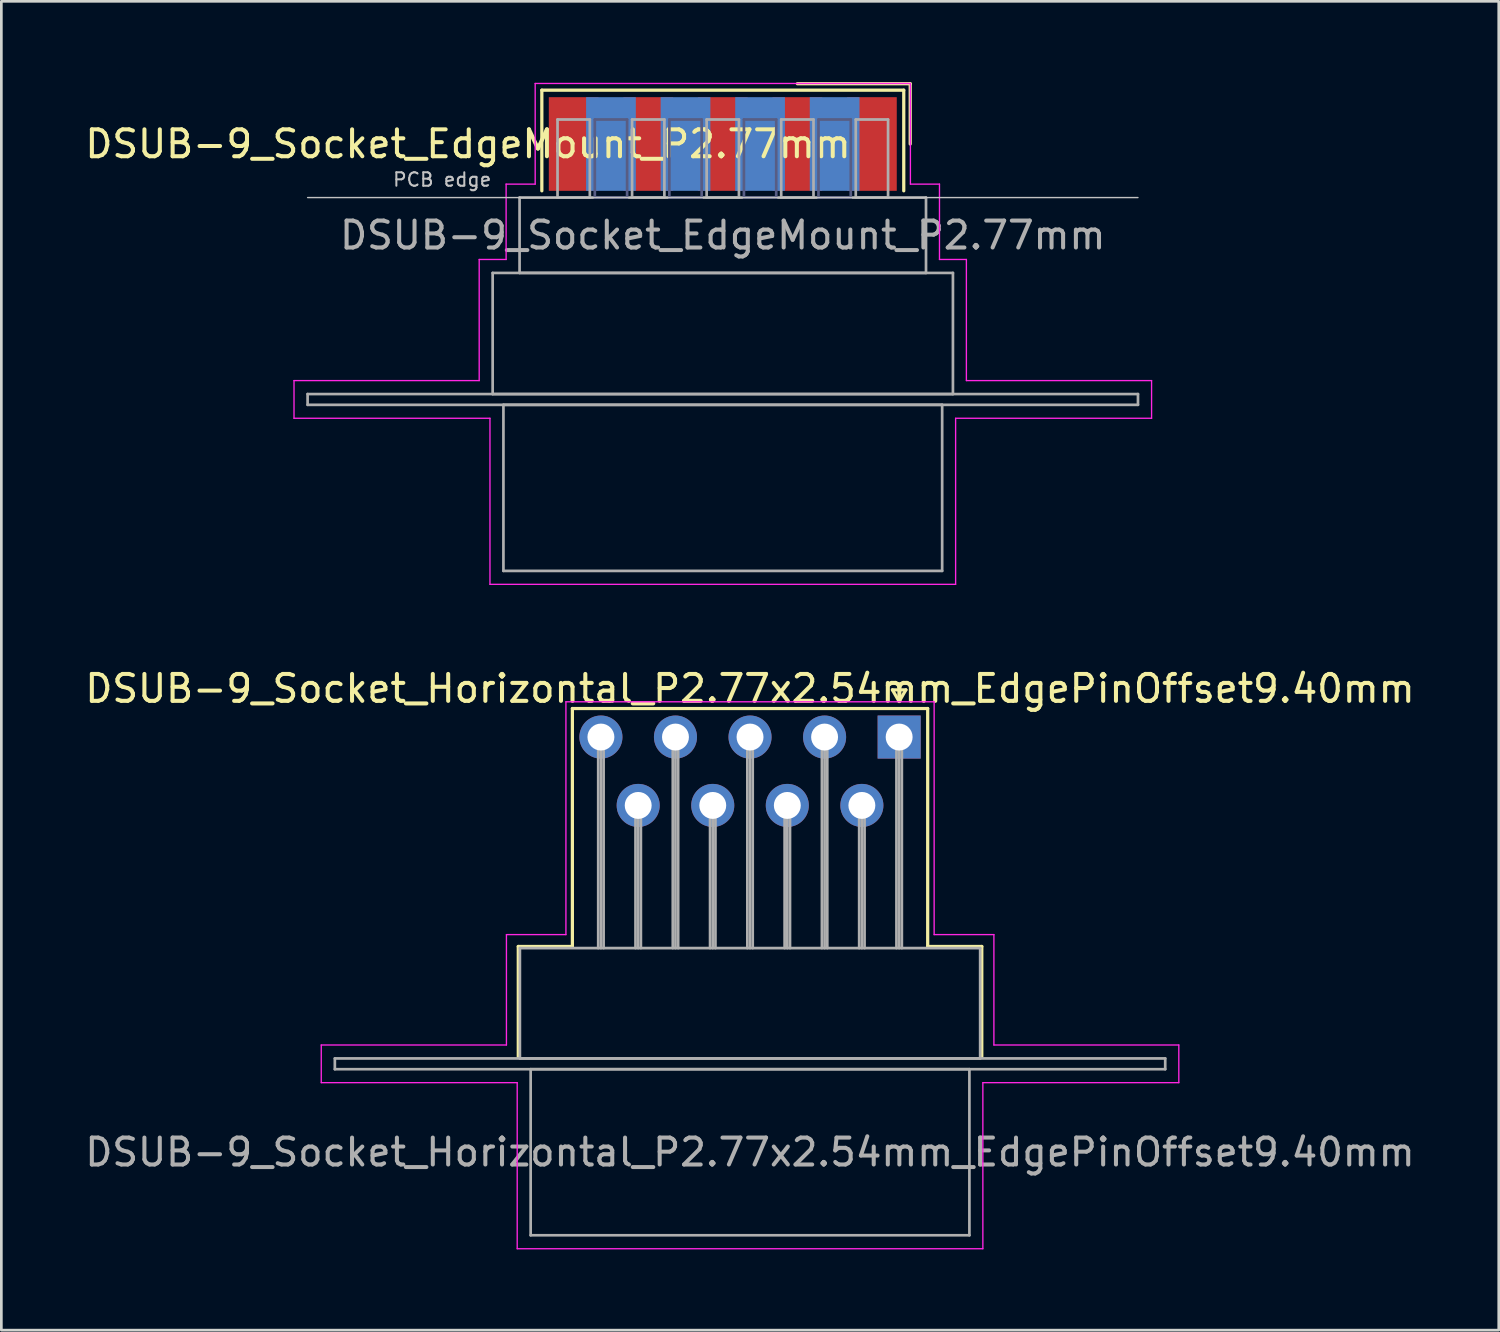
<source format=kicad_pcb>
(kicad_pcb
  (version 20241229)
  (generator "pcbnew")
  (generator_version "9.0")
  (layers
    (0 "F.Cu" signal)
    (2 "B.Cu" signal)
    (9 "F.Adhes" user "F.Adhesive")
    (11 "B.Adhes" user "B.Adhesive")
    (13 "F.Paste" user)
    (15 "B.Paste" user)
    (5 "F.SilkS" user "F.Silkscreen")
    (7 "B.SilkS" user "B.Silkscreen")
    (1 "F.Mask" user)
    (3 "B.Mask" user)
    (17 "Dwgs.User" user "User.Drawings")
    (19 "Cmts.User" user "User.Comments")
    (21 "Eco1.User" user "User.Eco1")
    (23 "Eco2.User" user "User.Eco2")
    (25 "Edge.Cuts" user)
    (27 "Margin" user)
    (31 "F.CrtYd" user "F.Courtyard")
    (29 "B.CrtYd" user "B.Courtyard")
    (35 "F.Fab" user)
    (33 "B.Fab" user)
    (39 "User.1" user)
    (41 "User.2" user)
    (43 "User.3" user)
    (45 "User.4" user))
  (footprint "DSUB-9_Socket_EdgeMount_P2.77mm"
    (layer "F.Cu")
    (at 23.803 2.3)
    (property "Reference" "DSUB-9_Socket_EdgeMount_P2.77mm" (at -9.463 0 0) (layer "F.SilkS") (effects (font (size 1 1) (thickness 0.15))))
    (attr smd)
    (fp_line (start -6.723 -2) (end -6.723 1.74) (stroke (width 0.12) (type solid)) (layer "F.SilkS"))
    (fp_line (start 6.723 -2) (end -6.723 -2) (stroke (width 0.12) (type solid)) (layer "F.SilkS"))
    (fp_line (start 6.723 1.74) (end 6.723 -2) (stroke (width 0.12) (type solid)) (layer "F.SilkS"))
    (fp_line (start 6.963 -2.24) (end 2.77 -2.24) (stroke (width 0.12) (type solid)) (layer "F.SilkS"))
    (fp_line (start 6.963 0) (end 6.963 -2.24) (stroke (width 0.12) (type solid)) (layer "F.SilkS"))
    (fp_line (start -15.425 1.99) (end 15.425 1.99) (stroke (width 0.05) (type solid)) (layer "Dwgs.User"))
    (fp_line (start -15.93 8.79) (end -9.05 8.79) (stroke (width 0.05) (type solid)) (layer "F.CrtYd"))
    (fp_line (start -15.93 10.19) (end -15.93 8.79) (stroke (width 0.05) (type solid)) (layer "F.CrtYd"))
    (fp_line (start -9.05 4.29) (end -8.05 4.29) (stroke (width 0.05) (type solid)) (layer "F.CrtYd"))
    (fp_line (start -9.05 8.79) (end -9.05 4.29) (stroke (width 0.05) (type solid)) (layer "F.CrtYd"))
    (fp_line (start -8.65 10.19) (end -15.93 10.19) (stroke (width 0.05) (type solid)) (layer "F.CrtYd"))
    (fp_line (start -8.65 16.36) (end -8.65 10.19) (stroke (width 0.05) (type solid)) (layer "F.CrtYd"))
    (fp_line (start -8.05 1.49) (end -6.97 1.49) (stroke (width 0.05) (type solid)) (layer "F.CrtYd"))
    (fp_line (start -8.05 4.29) (end -8.05 1.49) (stroke (width 0.05) (type solid)) (layer "F.CrtYd"))
    (fp_line (start -6.97 -2.25) (end 6.97 -2.25) (stroke (width 0.05) (type solid)) (layer "F.CrtYd"))
    (fp_line (start -6.97 1.49) (end -6.97 -2.25) (stroke (width 0.05) (type solid)) (layer "F.CrtYd"))
    (fp_line (start 6.97 -2.25) (end 6.97 1.49) (stroke (width 0.05) (type solid)) (layer "F.CrtYd"))
    (fp_line (start 6.97 1.49) (end 8.05 1.49) (stroke (width 0.05) (type solid)) (layer "F.CrtYd"))
    (fp_line (start 8.05 1.49) (end 8.05 4.29) (stroke (width 0.05) (type solid)) (layer "F.CrtYd"))
    (fp_line (start 8.05 4.29) (end 9.05 4.29) (stroke (width 0.05) (type solid)) (layer "F.CrtYd"))
    (fp_line (start 8.65 10.19) (end 8.65 16.36) (stroke (width 0.05) (type solid)) (layer "F.CrtYd"))
    (fp_line (start 8.65 16.36) (end -8.65 16.36) (stroke (width 0.05) (type solid)) (layer "F.CrtYd"))
    (fp_line (start 9.05 4.29) (end 9.05 8.79) (stroke (width 0.05) (type solid)) (layer "F.CrtYd"))
    (fp_line (start 9.05 8.79) (end 15.93 8.79) (stroke (width 0.05) (type solid)) (layer "F.CrtYd"))
    (fp_line (start 15.93 8.79) (end 15.93 10.19) (stroke (width 0.05) (type solid)) (layer "F.CrtYd"))
    (fp_line (start 15.93 10.19) (end 8.65 10.19) (stroke (width 0.05) (type solid)) (layer "F.CrtYd"))
    (fp_line (start -4.755 -0.91) (end -4.755 1.99) (stroke (width 0.1) (type solid)) (layer "B.Fab"))
    (fp_line (start -4.755 1.99) (end -3.555 1.99) (stroke (width 0.1) (type solid)) (layer "B.Fab"))
    (fp_line (start -3.555 -0.91) (end -4.755 -0.91) (stroke (width 0.1) (type solid)) (layer "B.Fab"))
    (fp_line (start -3.555 1.99) (end -3.555 -0.91) (stroke (width 0.1) (type solid)) (layer "B.Fab"))
    (fp_line (start -1.985 -0.91) (end -1.985 1.99) (stroke (width 0.1) (type solid)) (layer "B.Fab"))
    (fp_line (start -1.985 1.99) (end -0.785 1.99) (stroke (width 0.1) (type solid)) (layer "B.Fab"))
    (fp_line (start -0.785 -0.91) (end -1.985 -0.91) (stroke (width 0.1) (type solid)) (layer "B.Fab"))
    (fp_line (start -0.785 1.99) (end -0.785 -0.91) (stroke (width 0.1) (type solid)) (layer "B.Fab"))
    (fp_line (start 0.785 -0.91) (end 0.785 1.99) (stroke (width 0.1) (type solid)) (layer "B.Fab"))
    (fp_line (start 0.785 1.99) (end 1.985 1.99) (stroke (width 0.1) (type solid)) (layer "B.Fab"))
    (fp_line (start 1.985 -0.91) (end 0.785 -0.91) (stroke (width 0.1) (type solid)) (layer "B.Fab"))
    (fp_line (start 1.985 1.99) (end 1.985 -0.91) (stroke (width 0.1) (type solid)) (layer "B.Fab"))
    (fp_line (start 3.555 -0.91) (end 3.555 1.99) (stroke (width 0.1) (type solid)) (layer "B.Fab"))
    (fp_line (start 3.555 1.99) (end 4.755 1.99) (stroke (width 0.1) (type solid)) (layer "B.Fab"))
    (fp_line (start 4.755 -0.91) (end 3.555 -0.91) (stroke (width 0.1) (type solid)) (layer "B.Fab"))
    (fp_line (start 4.755 1.99) (end 4.755 -0.91) (stroke (width 0.1) (type solid)) (layer "B.Fab"))
    (fp_line (start -15.425 9.29) (end -15.425 9.69) (stroke (width 0.1) (type solid)) (layer "F.Fab"))
    (fp_line (start -15.425 9.69) (end 15.425 9.69) (stroke (width 0.1) (type solid)) (layer "F.Fab"))
    (fp_line (start -8.55 4.79) (end -8.55 9.29) (stroke (width 0.1) (type solid)) (layer "F.Fab"))
    (fp_line (start -8.55 9.29) (end 8.55 9.29) (stroke (width 0.1) (type solid)) (layer "F.Fab"))
    (fp_line (start -8.15 9.69) (end -8.15 15.86) (stroke (width 0.1) (type solid)) (layer "F.Fab"))
    (fp_line (start -8.15 15.86) (end 8.15 15.86) (stroke (width 0.1) (type solid)) (layer "F.Fab"))
    (fp_line (start -7.55 1.99) (end -7.55 4.79) (stroke (width 0.1) (type solid)) (layer "F.Fab"))
    (fp_line (start -7.55 4.79) (end 7.55 4.79) (stroke (width 0.1) (type solid)) (layer "F.Fab"))
    (fp_line (start -6.14 -0.91) (end -6.14 1.99) (stroke (width 0.1) (type solid)) (layer "F.Fab"))
    (fp_line (start -6.14 1.99) (end -4.94 1.99) (stroke (width 0.1) (type solid)) (layer "F.Fab"))
    (fp_line (start -4.94 -0.91) (end -6.14 -0.91) (stroke (width 0.1) (type solid)) (layer "F.Fab"))
    (fp_line (start -4.94 1.99) (end -4.94 -0.91) (stroke (width 0.1) (type solid)) (layer "F.Fab"))
    (fp_line (start -3.37 -0.91) (end -3.37 1.99) (stroke (width 0.1) (type solid)) (layer "F.Fab"))
    (fp_line (start -3.37 1.99) (end -2.17 1.99) (stroke (width 0.1) (type solid)) (layer "F.Fab"))
    (fp_line (start -2.17 -0.91) (end -3.37 -0.91) (stroke (width 0.1) (type solid)) (layer "F.Fab"))
    (fp_line (start -2.17 1.99) (end -2.17 -0.91) (stroke (width 0.1) (type solid)) (layer "F.Fab"))
    (fp_line (start -0.6 -0.91) (end -0.6 1.99) (stroke (width 0.1) (type solid)) (layer "F.Fab"))
    (fp_line (start -0.6 1.99) (end 0.6 1.99) (stroke (width 0.1) (type solid)) (layer "F.Fab"))
    (fp_line (start 0.6 -0.91) (end -0.6 -0.91) (stroke (width 0.1) (type solid)) (layer "F.Fab"))
    (fp_line (start 0.6 1.99) (end 0.6 -0.91) (stroke (width 0.1) (type solid)) (layer "F.Fab"))
    (fp_line (start 2.17 -0.91) (end 2.17 1.99) (stroke (width 0.1) (type solid)) (layer "F.Fab"))
    (fp_line (start 2.17 1.99) (end 3.37 1.99) (stroke (width 0.1) (type solid)) (layer "F.Fab"))
    (fp_line (start 3.37 -0.91) (end 2.17 -0.91) (stroke (width 0.1) (type solid)) (layer "F.Fab"))
    (fp_line (start 3.37 1.99) (end 3.37 -0.91) (stroke (width 0.1) (type solid)) (layer "F.Fab"))
    (fp_line (start 4.94 -0.91) (end 4.94 1.99) (stroke (width 0.1) (type solid)) (layer "F.Fab"))
    (fp_line (start 4.94 1.99) (end 6.14 1.99) (stroke (width 0.1) (type solid)) (layer "F.Fab"))
    (fp_line (start 6.14 -0.91) (end 4.94 -0.91) (stroke (width 0.1) (type solid)) (layer "F.Fab"))
    (fp_line (start 6.14 1.99) (end 6.14 -0.91) (stroke (width 0.1) (type solid)) (layer "F.Fab"))
    (fp_line (start 7.55 1.99) (end -7.55 1.99) (stroke (width 0.1) (type solid)) (layer "F.Fab"))
    (fp_line (start 7.55 4.79) (end 7.55 1.99) (stroke (width 0.1) (type solid)) (layer "F.Fab"))
    (fp_line (start 8.15 9.69) (end -8.15 9.69) (stroke (width 0.1) (type solid)) (layer "F.Fab"))
    (fp_line (start 8.15 15.86) (end 8.15 9.69) (stroke (width 0.1) (type solid)) (layer "F.Fab"))
    (fp_line (start 8.55 4.79) (end -8.55 4.79) (stroke (width 0.1) (type solid)) (layer "F.Fab"))
    (fp_line (start 8.55 9.29) (end 8.55 4.79) (stroke (width 0.1) (type solid)) (layer "F.Fab"))
    (fp_line (start 15.425 9.29) (end -15.425 9.29) (stroke (width 0.1) (type solid)) (layer "F.Fab"))
    (fp_line (start 15.425 9.69) (end 15.425 9.29) (stroke (width 0.1) (type solid)) (layer "F.Fab"))
    (fp_text user "PCB edge" (at -10.425 1.323 0) (layer "Dwgs.User") (effects (font (size 0.5 0.5) (thickness 0.075))))
    (fp_text user "${REFERENCE}" (at 0 3.39 0) (layer "F.Fab") (effects (font (size 1 1) (thickness 0.15))))
    (pad "1" smd rect (at 5.54 0) (size 1.847 3.48) (layers "F.Cu" "F.Mask" "F.Paste"))
    (pad "2" smd rect (at 2.77 0) (size 1.847 3.48) (layers "F.Cu" "F.Mask" "F.Paste"))
    (pad "3" smd rect (at 0 0) (size 1.847 3.48) (layers "F.Cu" "F.Mask" "F.Paste"))
    (pad "4" smd rect (at -2.77 0) (size 1.847 3.48) (layers "F.Cu" "F.Mask" "F.Paste"))
    (pad "5" smd rect (at -5.54 0) (size 1.847 3.48) (layers "F.Cu" "F.Mask" "F.Paste"))
    (pad "6" smd rect (at 4.155 0) (size 1.847 3.48) (layers "B.Cu" "B.Mask" "B.Paste"))
    (pad "7" smd rect (at 1.385 0) (size 1.847 3.48) (layers "B.Cu" "B.Mask" "B.Paste"))
    (pad "8" smd rect (at -1.385 0) (size 1.847 3.48) (layers "B.Cu" "B.Mask" "B.Paste"))
    (pad "9" smd rect (at -4.155 0) (size 1.847 3.48) (layers "B.Cu" "B.Mask" "B.Paste")))
  (footprint "DSUB-9_Socket_Horizontal_P2.77x2.54mm_EdgePinOffset9.40mm"
    (layer "F.Cu")
    (at 30.355 24.333)
    (property "Reference" "DSUB-9_Socket_Horizontal_P2.77x2.54mm_EdgePinOffset9.40mm" (at -5.54 -1.8 0) (layer "F.SilkS") (effects (font (size 1 1) (thickness 0.15))))
    (attr through_hole)
    (fp_line (start -14.15 7.78) (end -12.14 7.78) (stroke (width 0.12) (type solid)) (layer "F.SilkS"))
    (fp_line (start -14.15 11.88) (end -14.15 7.78) (stroke (width 0.12) (type solid)) (layer "F.SilkS"))
    (fp_line (start -12.14 -1.06) (end 1.06 -1.06) (stroke (width 0.12) (type solid)) (layer "F.SilkS"))
    (fp_line (start -12.14 7.78) (end -12.14 -1.06) (stroke (width 0.12) (type solid)) (layer "F.SilkS"))
    (fp_line (start -0.25 -1.754) (end 0.25 -1.754) (stroke (width 0.12) (type solid)) (layer "F.SilkS"))
    (fp_line (start 0 -1.321) (end -0.25 -1.754) (stroke (width 0.12) (type solid)) (layer "F.SilkS"))
    (fp_line (start 0.25 -1.754) (end 0 -1.321) (stroke (width 0.12) (type solid)) (layer "F.SilkS"))
    (fp_line (start 1.06 -1.06) (end 1.06 7.78) (stroke (width 0.12) (type solid)) (layer "F.SilkS"))
    (fp_line (start 1.06 7.78) (end 3.07 7.78) (stroke (width 0.12) (type solid)) (layer "F.SilkS"))
    (fp_line (start 3.07 7.78) (end 3.07 11.88) (stroke (width 0.12) (type solid)) (layer "F.SilkS"))
    (fp_line (start -21.47 11.44) (end -14.59 11.44) (stroke (width 0.05) (type solid)) (layer "F.CrtYd"))
    (fp_line (start -21.47 12.84) (end -21.47 11.44) (stroke (width 0.05) (type solid)) (layer "F.CrtYd"))
    (fp_line (start -14.59 7.34) (end -12.38 7.34) (stroke (width 0.05) (type solid)) (layer "F.CrtYd"))
    (fp_line (start -14.59 11.44) (end -14.59 7.34) (stroke (width 0.05) (type solid)) (layer "F.CrtYd"))
    (fp_line (start -14.19 12.84) (end -21.47 12.84) (stroke (width 0.05) (type solid)) (layer "F.CrtYd"))
    (fp_line (start -14.19 19.01) (end -14.19 12.84) (stroke (width 0.05) (type solid)) (layer "F.CrtYd"))
    (fp_line (start -12.38 -1.31) (end 1.3 -1.31) (stroke (width 0.05) (type solid)) (layer "F.CrtYd"))
    (fp_line (start -12.38 7.34) (end -12.38 -1.31) (stroke (width 0.05) (type solid)) (layer "F.CrtYd"))
    (fp_line (start 1.3 -1.31) (end 1.3 7.34) (stroke (width 0.05) (type solid)) (layer "F.CrtYd"))
    (fp_line (start 1.3 7.34) (end 3.52 7.34) (stroke (width 0.05) (type solid)) (layer "F.CrtYd"))
    (fp_line (start 3.11 12.84) (end 3.11 19.01) (stroke (width 0.05) (type solid)) (layer "F.CrtYd"))
    (fp_line (start 3.11 19.01) (end -14.19 19.01) (stroke (width 0.05) (type solid)) (layer "F.CrtYd"))
    (fp_line (start 3.52 7.34) (end 3.52 11.44) (stroke (width 0.05) (type solid)) (layer "F.CrtYd"))
    (fp_line (start 3.52 11.44) (end 10.39 11.44) (stroke (width 0.05) (type solid)) (layer "F.CrtYd"))
    (fp_line (start 10.39 11.44) (end 10.39 12.84) (stroke (width 0.05) (type solid)) (layer "F.CrtYd"))
    (fp_line (start 10.39 12.84) (end 3.11 12.84) (stroke (width 0.05) (type solid)) (layer "F.CrtYd"))
    (fp_line (start -20.965 11.94) (end -20.965 12.34) (stroke (width 0.1) (type solid)) (layer "F.Fab"))
    (fp_line (start -20.965 12.34) (end 9.885 12.34) (stroke (width 0.1) (type solid)) (layer "F.Fab"))
    (fp_line (start -14.09 7.84) (end -14.09 11.94) (stroke (width 0.1) (type solid)) (layer "F.Fab"))
    (fp_line (start -14.09 11.94) (end 3.01 11.94) (stroke (width 0.1) (type solid)) (layer "F.Fab"))
    (fp_line (start -13.69 12.34) (end -13.69 18.51) (stroke (width 0.1) (type solid)) (layer "F.Fab"))
    (fp_line (start -13.69 18.51) (end 2.61 18.51) (stroke (width 0.1) (type solid)) (layer "F.Fab"))
    (fp_line (start -11.18 0) (end -11.18 7.84) (stroke (width 0.1) (type solid)) (layer "F.Fab"))
    (fp_line (start -11.08 0) (end -11.08 7.84) (stroke (width 0.1) (type solid)) (layer "F.Fab"))
    (fp_line (start -10.98 0) (end -10.98 7.84) (stroke (width 0.1) (type solid)) (layer "F.Fab"))
    (fp_line (start -9.795 2.54) (end -9.795 7.84) (stroke (width 0.1) (type solid)) (layer "F.Fab"))
    (fp_line (start -9.695 2.54) (end -9.695 7.84) (stroke (width 0.1) (type solid)) (layer "F.Fab"))
    (fp_line (start -9.595 2.54) (end -9.595 7.84) (stroke (width 0.1) (type solid)) (layer "F.Fab"))
    (fp_line (start -8.41 0) (end -8.41 7.84) (stroke (width 0.1) (type solid)) (layer "F.Fab"))
    (fp_line (start -8.31 0) (end -8.31 7.84) (stroke (width 0.1) (type solid)) (layer "F.Fab"))
    (fp_line (start -8.21 0) (end -8.21 7.84) (stroke (width 0.1) (type solid)) (layer "F.Fab"))
    (fp_line (start -7.025 2.54) (end -7.025 7.84) (stroke (width 0.1) (type solid)) (layer "F.Fab"))
    (fp_line (start -6.925 2.54) (end -6.925 7.84) (stroke (width 0.1) (type solid)) (layer "F.Fab"))
    (fp_line (start -6.825 2.54) (end -6.825 7.84) (stroke (width 0.1) (type solid)) (layer "F.Fab"))
    (fp_line (start -5.64 0) (end -5.64 7.84) (stroke (width 0.1) (type solid)) (layer "F.Fab"))
    (fp_line (start -5.54 0) (end -5.54 7.84) (stroke (width 0.1) (type solid)) (layer "F.Fab"))
    (fp_line (start -5.44 0) (end -5.44 7.84) (stroke (width 0.1) (type solid)) (layer "F.Fab"))
    (fp_line (start -4.255 2.54) (end -4.255 7.84) (stroke (width 0.1) (type solid)) (layer "F.Fab"))
    (fp_line (start -4.155 2.54) (end -4.155 7.84) (stroke (width 0.1) (type solid)) (layer "F.Fab"))
    (fp_line (start -4.055 2.54) (end -4.055 7.84) (stroke (width 0.1) (type solid)) (layer "F.Fab"))
    (fp_line (start -2.87 0) (end -2.87 7.84) (stroke (width 0.1) (type solid)) (layer "F.Fab"))
    (fp_line (start -2.77 0) (end -2.77 7.84) (stroke (width 0.1) (type solid)) (layer "F.Fab"))
    (fp_line (start -2.67 0) (end -2.67 7.84) (stroke (width 0.1) (type solid)) (layer "F.Fab"))
    (fp_line (start -1.485 2.54) (end -1.485 7.84) (stroke (width 0.1) (type solid)) (layer "F.Fab"))
    (fp_line (start -1.385 2.54) (end -1.385 7.84) (stroke (width 0.1) (type solid)) (layer "F.Fab"))
    (fp_line (start -1.285 2.54) (end -1.285 7.84) (stroke (width 0.1) (type solid)) (layer "F.Fab"))
    (fp_line (start -0.1 0) (end -0.1 7.84) (stroke (width 0.1) (type solid)) (layer "F.Fab"))
    (fp_line (start 0 0) (end 0 7.84) (stroke (width 0.1) (type solid)) (layer "F.Fab"))
    (fp_line (start 0.1 0) (end 0.1 7.84) (stroke (width 0.1) (type solid)) (layer "F.Fab"))
    (fp_line (start 2.61 12.34) (end -13.69 12.34) (stroke (width 0.1) (type solid)) (layer "F.Fab"))
    (fp_line (start 2.61 18.51) (end 2.61 12.34) (stroke (width 0.1) (type solid)) (layer "F.Fab"))
    (fp_line (start 3.01 7.84) (end -14.09 7.84) (stroke (width 0.1) (type solid)) (layer "F.Fab"))
    (fp_line (start 3.01 11.94) (end 3.01 7.84) (stroke (width 0.1) (type solid)) (layer "F.Fab"))
    (fp_line (start 9.885 11.94) (end -20.965 11.94) (stroke (width 0.1) (type solid)) (layer "F.Fab"))
    (fp_line (start 9.885 12.34) (end 9.885 11.94) (stroke (width 0.1) (type solid)) (layer "F.Fab"))
    (fp_text user "${REFERENCE}" (at -5.54 15.425 0) (layer "F.Fab") (effects (font (size 1 1) (thickness 0.15))))
    (pad "1" thru_hole rect (at 0 0) (size 1.6 1.6) (drill 1) (layers "*.Cu" "*.Mask"))
    (pad "2" thru_hole circle (at -2.77 0) (size 1.6 1.6) (drill 1) (layers "*.Cu" "*.Mask"))
    (pad "3" thru_hole circle (at -5.54 0) (size 1.6 1.6) (drill 1) (layers "*.Cu" "*.Mask"))
    (pad "4" thru_hole circle (at -8.31 0) (size 1.6 1.6) (drill 1) (layers "*.Cu" "*.Mask"))
    (pad "5" thru_hole circle (at -11.08 0) (size 1.6 1.6) (drill 1) (layers "*.Cu" "*.Mask"))
    (pad "6" thru_hole circle (at -1.385 2.54) (size 1.6 1.6) (drill 1) (layers "*.Cu" "*.Mask"))
    (pad "7" thru_hole circle (at -4.155 2.54) (size 1.6 1.6) (drill 1) (layers "*.Cu" "*.Mask"))
    (pad "8" thru_hole circle (at -6.925 2.54) (size 1.6 1.6) (drill 1) (layers "*.Cu" "*.Mask"))
    (pad "9" thru_hole circle (at -9.695 2.54) (size 1.6 1.6) (drill 1) (layers "*.Cu" "*.Mask")))
  (gr_rect
    (start -3 -3)
    (end 52.631 46.368)
    (stroke (width 0.1) (type default))
    (fill no)
    (layer "Edge.Cuts")))
</source>
